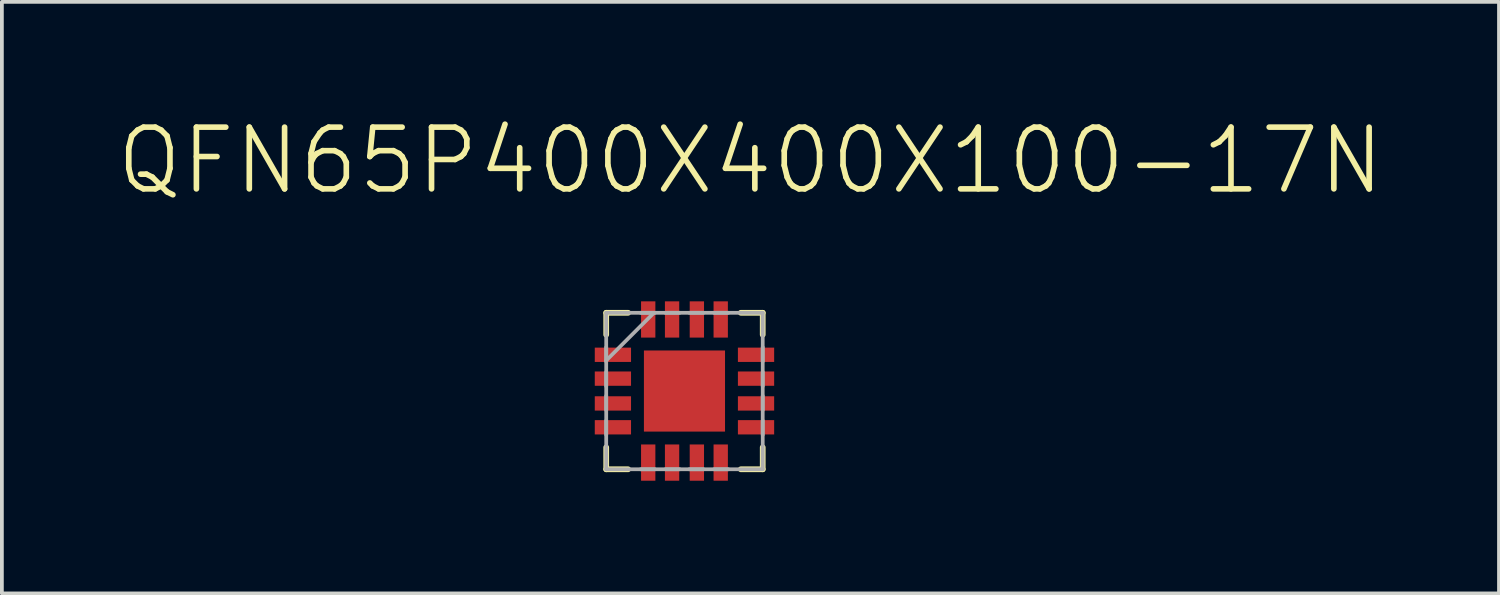
<source format=kicad_pcb>
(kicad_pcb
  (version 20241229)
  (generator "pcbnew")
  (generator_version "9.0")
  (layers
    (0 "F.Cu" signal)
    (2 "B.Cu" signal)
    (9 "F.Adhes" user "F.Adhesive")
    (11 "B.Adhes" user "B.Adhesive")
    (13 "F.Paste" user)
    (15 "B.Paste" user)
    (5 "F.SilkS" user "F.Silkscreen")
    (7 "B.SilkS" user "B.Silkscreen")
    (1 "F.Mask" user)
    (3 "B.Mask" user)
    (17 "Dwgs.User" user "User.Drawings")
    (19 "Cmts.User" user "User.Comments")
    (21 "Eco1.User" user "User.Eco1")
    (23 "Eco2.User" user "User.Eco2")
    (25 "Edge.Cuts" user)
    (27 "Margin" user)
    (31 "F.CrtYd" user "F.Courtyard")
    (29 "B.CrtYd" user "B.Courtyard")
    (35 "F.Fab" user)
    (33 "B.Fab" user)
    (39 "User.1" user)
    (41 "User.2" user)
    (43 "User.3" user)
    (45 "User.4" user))
  (footprint "QFN65P400X400X100-17N"
    (layer "F.Cu")
    (at 15.17 7.359)
    (property "Reference" "QFN65P400X400X100-17N" (at 1.756 -6.134 0) (layer "F.SilkS") (effects (font (size 1.643 1.643) (thickness 0.15))))
    (attr smd)
    (fp_line (start -2.083 -2.083) (end -2.083 -1.499) (stroke (width 0.152) (type solid)) (layer "F.SilkS"))
    (fp_line (start -2.083 1.499) (end -2.083 2.083) (stroke (width 0.152) (type solid)) (layer "F.SilkS"))
    (fp_line (start -2.083 2.083) (end -1.499 2.083) (stroke (width 0.152) (type solid)) (layer "F.SilkS"))
    (fp_line (start -1.499 -2.083) (end -2.083 -2.083) (stroke (width 0.152) (type solid)) (layer "F.SilkS"))
    (fp_line (start 1.499 2.083) (end 2.083 2.083) (stroke (width 0.152) (type solid)) (layer "F.SilkS"))
    (fp_line (start 2.083 -2.083) (end 1.499 -2.083) (stroke (width 0.152) (type solid)) (layer "F.SilkS"))
    (fp_line (start 2.083 -1.499) (end 2.083 -2.083) (stroke (width 0.152) (type solid)) (layer "F.SilkS"))
    (fp_line (start 2.083 2.083) (end 2.083 1.499) (stroke (width 0.152) (type solid)) (layer "F.SilkS"))
    (fp_line (start -2.083 -2.083) (end -2.083 2.083) (stroke (width 0.1) (type solid)) (layer "F.Fab"))
    (fp_line (start -2.083 -1.168) (end -2.083 -0.787) (stroke (width 0.1) (type solid)) (layer "F.Fab"))
    (fp_line (start -2.083 -0.813) (end -0.813 -2.083) (stroke (width 0.1) (type solid)) (layer "F.Fab"))
    (fp_line (start -2.083 -0.508) (end -2.083 -0.127) (stroke (width 0.1) (type solid)) (layer "F.Fab"))
    (fp_line (start -2.083 0.127) (end -2.083 0.508) (stroke (width 0.1) (type solid)) (layer "F.Fab"))
    (fp_line (start -2.083 0.787) (end -2.083 1.168) (stroke (width 0.1) (type solid)) (layer "F.Fab"))
    (fp_line (start -2.083 2.083) (end 2.083 2.083) (stroke (width 0.1) (type solid)) (layer "F.Fab"))
    (fp_line (start -1.168 2.083) (end -0.787 2.083) (stroke (width 0.1) (type solid)) (layer "F.Fab"))
    (fp_line (start -0.787 -2.083) (end -1.168 -2.083) (stroke (width 0.1) (type solid)) (layer "F.Fab"))
    (fp_line (start -0.508 2.083) (end -0.127 2.083) (stroke (width 0.1) (type solid)) (layer "F.Fab"))
    (fp_line (start -0.127 -2.083) (end -0.508 -2.083) (stroke (width 0.1) (type solid)) (layer "F.Fab"))
    (fp_line (start 0.127 2.083) (end 0.508 2.083) (stroke (width 0.1) (type solid)) (layer "F.Fab"))
    (fp_line (start 0.508 -2.083) (end 0.127 -2.083) (stroke (width 0.1) (type solid)) (layer "F.Fab"))
    (fp_line (start 0.787 2.083) (end 1.168 2.083) (stroke (width 0.1) (type solid)) (layer "F.Fab"))
    (fp_line (start 1.168 -2.083) (end 0.787 -2.083) (stroke (width 0.1) (type solid)) (layer "F.Fab"))
    (fp_line (start 2.083 -2.083) (end -2.083 -2.083) (stroke (width 0.1) (type solid)) (layer "F.Fab"))
    (fp_line (start 2.083 -0.787) (end 2.083 -1.168) (stroke (width 0.1) (type solid)) (layer "F.Fab"))
    (fp_line (start 2.083 -0.127) (end 2.083 -0.508) (stroke (width 0.1) (type solid)) (layer "F.Fab"))
    (fp_line (start 2.083 0.508) (end 2.083 0.127) (stroke (width 0.1) (type solid)) (layer "F.Fab"))
    (fp_line (start 2.083 1.168) (end 2.083 0.787) (stroke (width 0.1) (type solid)) (layer "F.Fab"))
    (fp_line (start 2.083 2.083) (end 2.083 -2.083) (stroke (width 0.1) (type solid)) (layer "F.Fab"))
    (pad "1" smd rect (at -1.905 -0.965 270) (size 0.381 0.965) (layers "F.Cu" "F.Mask" "F.Paste"))
    (pad "2" smd rect (at -1.905 -0.33 270) (size 0.381 0.965) (layers "F.Cu" "F.Mask" "F.Paste"))
    (pad "3" smd rect (at -1.905 0.33 270) (size 0.381 0.965) (layers "F.Cu" "F.Mask" "F.Paste"))
    (pad "4" smd rect (at -1.905 0.965 270) (size 0.381 0.965) (layers "F.Cu" "F.Mask" "F.Paste"))
    (pad "5" smd rect (at -0.965 1.905 180) (size 0.381 0.965) (layers "F.Cu" "F.Mask" "F.Paste"))
    (pad "6" smd rect (at -0.33 1.905 180) (size 0.381 0.965) (layers "F.Cu" "F.Mask" "F.Paste"))
    (pad "7" smd rect (at 0.33 1.905 180) (size 0.381 0.965) (layers "F.Cu" "F.Mask" "F.Paste"))
    (pad "8" smd rect (at 0.965 1.905 180) (size 0.381 0.965) (layers "F.Cu" "F.Mask" "F.Paste"))
    (pad "9" smd rect (at 1.905 0.965 270) (size 0.381 0.965) (layers "F.Cu" "F.Mask" "F.Paste"))
    (pad "10" smd rect (at 1.905 0.33 270) (size 0.381 0.965) (layers "F.Cu" "F.Mask" "F.Paste"))
    (pad "11" smd rect (at 1.905 -0.33 270) (size 0.381 0.965) (layers "F.Cu" "F.Mask" "F.Paste"))
    (pad "12" smd rect (at 1.905 -0.965 270) (size 0.381 0.965) (layers "F.Cu" "F.Mask" "F.Paste"))
    (pad "13" smd rect (at 0.965 -1.905 180) (size 0.381 0.965) (layers "F.Cu" "F.Mask" "F.Paste"))
    (pad "14" smd rect (at 0.33 -1.905 180) (size 0.381 0.965) (layers "F.Cu" "F.Mask" "F.Paste"))
    (pad "15" smd rect (at -0.33 -1.905 180) (size 0.381 0.965) (layers "F.Cu" "F.Mask" "F.Paste"))
    (pad "16" smd rect (at -0.965 -1.905 180) (size 0.381 0.965) (layers "F.Cu" "F.Mask" "F.Paste"))
    (pad "17" smd rect (at 0 0) (size 2.159 2.159) (layers "F.Cu" "F.Mask" "F.Paste")))
  (gr_rect
    (start -3 -3)
    (end 36.852 12.747)
    (stroke (width 0.1) (type default))
    (fill no)
    (layer "Edge.Cuts")))
</source>
